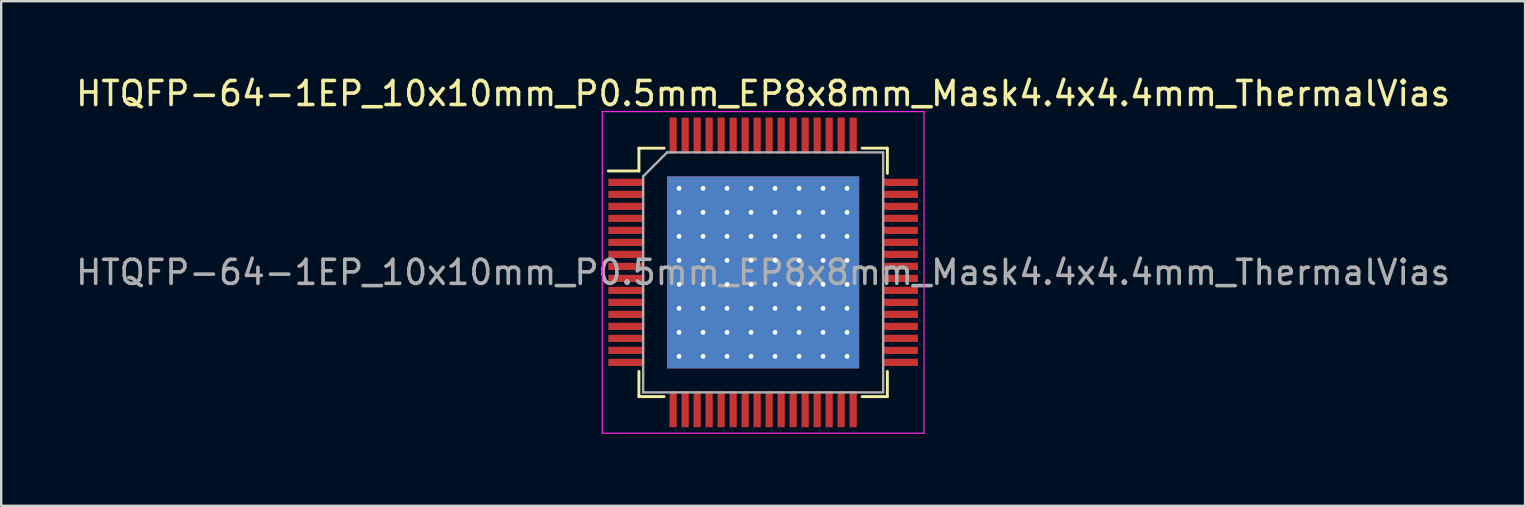
<source format=kicad_pcb>
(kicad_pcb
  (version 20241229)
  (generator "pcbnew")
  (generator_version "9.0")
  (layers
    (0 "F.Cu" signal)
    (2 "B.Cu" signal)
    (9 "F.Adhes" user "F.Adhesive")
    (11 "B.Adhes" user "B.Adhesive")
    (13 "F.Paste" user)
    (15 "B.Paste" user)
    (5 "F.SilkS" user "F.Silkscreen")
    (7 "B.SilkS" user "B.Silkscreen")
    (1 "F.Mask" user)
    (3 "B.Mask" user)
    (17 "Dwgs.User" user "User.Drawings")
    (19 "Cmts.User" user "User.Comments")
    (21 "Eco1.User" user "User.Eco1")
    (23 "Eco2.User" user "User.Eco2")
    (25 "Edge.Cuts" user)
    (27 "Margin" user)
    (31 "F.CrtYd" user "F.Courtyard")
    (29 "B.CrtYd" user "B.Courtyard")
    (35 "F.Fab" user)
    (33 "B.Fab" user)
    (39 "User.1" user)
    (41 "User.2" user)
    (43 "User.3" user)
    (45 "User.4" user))
  (footprint "HTQFP-64-1EP_10x10mm_P0.5mm_EP8x8mm_Mask4.4x4.4mm_ThermalVias"
    (layer "F.Cu")
    (at 28.744 8.298)
    (property "Reference" "HTQFP-64-1EP_10x10mm_P0.5mm_EP8x8mm_Mask4.4x4.4mm_ThermalVias" (at 0 -7.45 0) (layer "F.SilkS") (effects (font (size 1 1) (thickness 0.15))))
    (attr smd)
    (fp_line (start -5.175 -5.175) (end -5.175 -4.225) (stroke (width 0.12) (type solid)) (layer "F.SilkS"))
    (fp_line (start -5.175 -5.175) (end -4.125 -5.175) (stroke (width 0.12) (type solid)) (layer "F.SilkS"))
    (fp_line (start -5.175 -4.225) (end -6.45 -4.225) (stroke (width 0.12) (type solid)) (layer "F.SilkS"))
    (fp_line (start -5.175 5.175) (end -5.175 4.125) (stroke (width 0.12) (type solid)) (layer "F.SilkS"))
    (fp_line (start -5.175 5.175) (end -4.125 5.175) (stroke (width 0.12) (type solid)) (layer "F.SilkS"))
    (fp_line (start 5.175 -5.175) (end 4.125 -5.175) (stroke (width 0.12) (type solid)) (layer "F.SilkS"))
    (fp_line (start 5.175 -5.175) (end 5.175 -4.125) (stroke (width 0.12) (type solid)) (layer "F.SilkS"))
    (fp_line (start 5.175 5.175) (end 4.125 5.175) (stroke (width 0.12) (type solid)) (layer "F.SilkS"))
    (fp_line (start 5.175 5.175) (end 5.175 4.125) (stroke (width 0.12) (type solid)) (layer "F.SilkS"))
    (fp_line (start -6.7 -6.7) (end -6.7 6.7) (stroke (width 0.05) (type solid)) (layer "F.CrtYd"))
    (fp_line (start -6.7 -6.7) (end 6.7 -6.7) (stroke (width 0.05) (type solid)) (layer "F.CrtYd"))
    (fp_line (start -6.7 6.7) (end 6.7 6.7) (stroke (width 0.05) (type solid)) (layer "F.CrtYd"))
    (fp_line (start 6.7 -6.7) (end 6.7 6.7) (stroke (width 0.05) (type solid)) (layer "F.CrtYd"))
    (fp_line (start -5 -4) (end -4 -5) (stroke (width 0.1) (type solid)) (layer "F.Fab"))
    (fp_line (start -5 5) (end -5 -4) (stroke (width 0.1) (type solid)) (layer "F.Fab"))
    (fp_line (start -4 -5) (end 5 -5) (stroke (width 0.1) (type solid)) (layer "F.Fab"))
    (fp_line (start 5 -5) (end 5 5) (stroke (width 0.1) (type solid)) (layer "F.Fab"))
    (fp_line (start 5 5) (end -5 5) (stroke (width 0.1) (type solid)) (layer "F.Fab"))
    (fp_text user "${REFERENCE}" (at 0 0 0) (layer "F.Fab") (effects (font (size 1 1) (thickness 0.15))))
    (pad "" smd rect (at -1.1 -1.1 180) (size 1.75 1.75) (layers "F.Paste"))
    (pad "" smd rect (at -1.1 1.1 180) (size 1.75 1.75) (layers "F.Paste"))
    (pad "" smd rect (at 0 0 180) (size 4.4 4.4) (layers "F.Mask"))
    (pad "" smd rect (at 1.1 -1.1 180) (size 1.75 1.75) (layers "F.Paste"))
    (pad "" smd rect (at 1.1 1.1 180) (size 1.75 1.75) (layers "F.Paste"))
    (pad "1" smd rect (at -5.7 -3.75) (size 1.5 0.3) (layers "F.Cu" "F.Mask" "F.Paste"))
    (pad "2" smd rect (at -5.7 -3.25) (size 1.5 0.3) (layers "F.Cu" "F.Mask" "F.Paste"))
    (pad "3" smd rect (at -5.7 -2.75) (size 1.5 0.3) (layers "F.Cu" "F.Mask" "F.Paste"))
    (pad "4" smd rect (at -5.7 -2.25) (size 1.5 0.3) (layers "F.Cu" "F.Mask" "F.Paste"))
    (pad "5" smd rect (at -5.7 -1.75) (size 1.5 0.3) (layers "F.Cu" "F.Mask" "F.Paste"))
    (pad "6" smd rect (at -5.7 -1.25) (size 1.5 0.3) (layers "F.Cu" "F.Mask" "F.Paste"))
    (pad "7" smd rect (at -5.7 -0.75) (size 1.5 0.3) (layers "F.Cu" "F.Mask" "F.Paste"))
    (pad "8" smd rect (at -5.7 -0.25) (size 1.5 0.3) (layers "F.Cu" "F.Mask" "F.Paste"))
    (pad "9" smd rect (at -5.7 0.25) (size 1.5 0.3) (layers "F.Cu" "F.Mask" "F.Paste"))
    (pad "10" smd rect (at -5.7 0.75) (size 1.5 0.3) (layers "F.Cu" "F.Mask" "F.Paste"))
    (pad "11" smd rect (at -5.7 1.25) (size 1.5 0.3) (layers "F.Cu" "F.Mask" "F.Paste"))
    (pad "12" smd rect (at -5.7 1.75) (size 1.5 0.3) (layers "F.Cu" "F.Mask" "F.Paste"))
    (pad "13" smd rect (at -5.7 2.25) (size 1.5 0.3) (layers "F.Cu" "F.Mask" "F.Paste"))
    (pad "14" smd rect (at -5.7 2.75) (size 1.5 0.3) (layers "F.Cu" "F.Mask" "F.Paste"))
    (pad "15" smd rect (at -5.7 3.25) (size 1.5 0.3) (layers "F.Cu" "F.Mask" "F.Paste"))
    (pad "16" smd rect (at -5.7 3.75) (size 1.5 0.3) (layers "F.Cu" "F.Mask" "F.Paste"))
    (pad "17" smd rect (at -3.75 5.7 90) (size 1.5 0.3) (layers "F.Cu" "F.Mask" "F.Paste"))
    (pad "18" smd rect (at -3.25 5.7 90) (size 1.5 0.3) (layers "F.Cu" "F.Mask" "F.Paste"))
    (pad "19" smd rect (at -2.75 5.7 90) (size 1.5 0.3) (layers "F.Cu" "F.Mask" "F.Paste"))
    (pad "20" smd rect (at -2.25 5.7 90) (size 1.5 0.3) (layers "F.Cu" "F.Mask" "F.Paste"))
    (pad "21" smd rect (at -1.75 5.7 90) (size 1.5 0.3) (layers "F.Cu" "F.Mask" "F.Paste"))
    (pad "22" smd rect (at -1.25 5.7 90) (size 1.5 0.3) (layers "F.Cu" "F.Mask" "F.Paste"))
    (pad "23" smd rect (at -0.75 5.7 90) (size 1.5 0.3) (layers "F.Cu" "F.Mask" "F.Paste"))
    (pad "24" smd rect (at -0.25 5.7 90) (size 1.5 0.3) (layers "F.Cu" "F.Mask" "F.Paste"))
    (pad "25" smd rect (at 0.25 5.7 90) (size 1.5 0.3) (layers "F.Cu" "F.Mask" "F.Paste"))
    (pad "26" smd rect (at 0.75 5.7 90) (size 1.5 0.3) (layers "F.Cu" "F.Mask" "F.Paste"))
    (pad "27" smd rect (at 1.25 5.7 90) (size 1.5 0.3) (layers "F.Cu" "F.Mask" "F.Paste"))
    (pad "28" smd rect (at 1.75 5.7 90) (size 1.5 0.3) (layers "F.Cu" "F.Mask" "F.Paste"))
    (pad "29" smd rect (at 2.25 5.7 90) (size 1.5 0.3) (layers "F.Cu" "F.Mask" "F.Paste"))
    (pad "30" smd rect (at 2.75 5.7 90) (size 1.5 0.3) (layers "F.Cu" "F.Mask" "F.Paste"))
    (pad "31" smd rect (at 3.25 5.7 90) (size 1.5 0.3) (layers "F.Cu" "F.Mask" "F.Paste"))
    (pad "32" smd rect (at 3.75 5.7 90) (size 1.5 0.3) (layers "F.Cu" "F.Mask" "F.Paste"))
    (pad "33" smd rect (at 5.7 3.75) (size 1.5 0.3) (layers "F.Cu" "F.Mask" "F.Paste"))
    (pad "34" smd rect (at 5.7 3.25) (size 1.5 0.3) (layers "F.Cu" "F.Mask" "F.Paste"))
    (pad "35" smd rect (at 5.7 2.75) (size 1.5 0.3) (layers "F.Cu" "F.Mask" "F.Paste"))
    (pad "36" smd rect (at 5.7 2.25) (size 1.5 0.3) (layers "F.Cu" "F.Mask" "F.Paste"))
    (pad "37" smd rect (at 5.7 1.75) (size 1.5 0.3) (layers "F.Cu" "F.Mask" "F.Paste"))
    (pad "38" smd rect (at 5.7 1.25) (size 1.5 0.3) (layers "F.Cu" "F.Mask" "F.Paste"))
    (pad "39" smd rect (at 5.7 0.75) (size 1.5 0.3) (layers "F.Cu" "F.Mask" "F.Paste"))
    (pad "40" smd rect (at 5.7 0.25) (size 1.5 0.3) (layers "F.Cu" "F.Mask" "F.Paste"))
    (pad "41" smd rect (at 5.7 -0.25) (size 1.5 0.3) (layers "F.Cu" "F.Mask" "F.Paste"))
    (pad "42" smd rect (at 5.7 -0.75) (size 1.5 0.3) (layers "F.Cu" "F.Mask" "F.Paste"))
    (pad "43" smd rect (at 5.7 -1.25) (size 1.5 0.3) (layers "F.Cu" "F.Mask" "F.Paste"))
    (pad "44" smd rect (at 5.7 -1.75) (size 1.5 0.3) (layers "F.Cu" "F.Mask" "F.Paste"))
    (pad "45" smd rect (at 5.7 -2.25) (size 1.5 0.3) (layers "F.Cu" "F.Mask" "F.Paste"))
    (pad "46" smd rect (at 5.7 -2.75) (size 1.5 0.3) (layers "F.Cu" "F.Mask" "F.Paste"))
    (pad "47" smd rect (at 5.7 -3.25) (size 1.5 0.3) (layers "F.Cu" "F.Mask" "F.Paste"))
    (pad "48" smd rect (at 5.7 -3.75) (size 1.5 0.3) (layers "F.Cu" "F.Mask" "F.Paste"))
    (pad "49" smd rect (at 3.75 -5.7 90) (size 1.5 0.3) (layers "F.Cu" "F.Mask" "F.Paste"))
    (pad "50" smd rect (at 3.25 -5.7 90) (size 1.5 0.3) (layers "F.Cu" "F.Mask" "F.Paste"))
    (pad "51" smd rect (at 2.75 -5.7 90) (size 1.5 0.3) (layers "F.Cu" "F.Mask" "F.Paste"))
    (pad "52" smd rect (at 2.25 -5.7 90) (size 1.5 0.3) (layers "F.Cu" "F.Mask" "F.Paste"))
    (pad "53" smd rect (at 1.75 -5.7 90) (size 1.5 0.3) (layers "F.Cu" "F.Mask" "F.Paste"))
    (pad "54" smd rect (at 1.25 -5.7 90) (size 1.5 0.3) (layers "F.Cu" "F.Mask" "F.Paste"))
    (pad "55" smd rect (at 0.75 -5.7 90) (size 1.5 0.3) (layers "F.Cu" "F.Mask" "F.Paste"))
    (pad "56" smd rect (at 0.25 -5.7 90) (size 1.5 0.3) (layers "F.Cu" "F.Mask" "F.Paste"))
    (pad "57" smd rect (at -0.25 -5.7 90) (size 1.5 0.3) (layers "F.Cu" "F.Mask" "F.Paste"))
    (pad "58" smd rect (at -0.75 -5.7 90) (size 1.5 0.3) (layers "F.Cu" "F.Mask" "F.Paste"))
    (pad "59" smd rect (at -1.25 -5.7 90) (size 1.5 0.3) (layers "F.Cu" "F.Mask" "F.Paste"))
    (pad "60" smd rect (at -1.75 -5.7 90) (size 1.5 0.3) (layers "F.Cu" "F.Mask" "F.Paste"))
    (pad "61" smd rect (at -2.25 -5.7 90) (size 1.5 0.3) (layers "F.Cu" "F.Mask" "F.Paste"))
    (pad "62" smd rect (at -2.75 -5.7 90) (size 1.5 0.3) (layers "F.Cu" "F.Mask" "F.Paste"))
    (pad "63" smd rect (at -3.25 -5.7 90) (size 1.5 0.3) (layers "F.Cu" "F.Mask" "F.Paste"))
    (pad "64" smd rect (at -3.75 -5.7 90) (size 1.5 0.3) (layers "F.Cu" "F.Mask" "F.Paste"))
    (pad "65" thru_hole circle (at -3.5 -3.5 90) (size 0.5 0.5) (drill 0.2) (layers "*.Cu"))
    (pad "65" thru_hole circle (at -3.5 -2.5 90) (size 0.5 0.5) (drill 0.2) (layers "*.Cu"))
    (pad "65" thru_hole circle (at -3.5 -1.5 90) (size 0.5 0.5) (drill 0.2) (layers "*.Cu"))
    (pad "65" thru_hole circle (at -3.5 -0.5 90) (size 0.5 0.5) (drill 0.2) (layers "*.Cu"))
    (pad "65" thru_hole circle (at -3.5 0.5 90) (size 0.5 0.5) (drill 0.2) (layers "*.Cu"))
    (pad "65" thru_hole circle (at -3.5 1.5 90) (size 0.5 0.5) (drill 0.2) (layers "*.Cu"))
    (pad "65" thru_hole circle (at -3.5 2.5 90) (size 0.5 0.5) (drill 0.2) (layers "*.Cu"))
    (pad "65" thru_hole circle (at -3.5 3.5 90) (size 0.5 0.5) (drill 0.2) (layers "*.Cu"))
    (pad "65" thru_hole circle (at -2.5 -3.5 90) (size 0.5 0.5) (drill 0.2) (layers "*.Cu"))
    (pad "65" thru_hole circle (at -2.5 -2.5 90) (size 0.5 0.5) (drill 0.2) (layers "*.Cu"))
    (pad "65" thru_hole circle (at -2.5 -1.5 90) (size 0.5 0.5) (drill 0.2) (layers "*.Cu"))
    (pad "65" thru_hole circle (at -2.5 -0.5 90) (size 0.5 0.5) (drill 0.2) (layers "*.Cu"))
    (pad "65" thru_hole circle (at -2.5 0.5 90) (size 0.5 0.5) (drill 0.2) (layers "*.Cu"))
    (pad "65" thru_hole circle (at -2.5 1.5 90) (size 0.5 0.5) (drill 0.2) (layers "*.Cu"))
    (pad "65" thru_hole circle (at -2.5 2.5 90) (size 0.5 0.5) (drill 0.2) (layers "*.Cu"))
    (pad "65" thru_hole circle (at -2.5 3.5 90) (size 0.5 0.5) (drill 0.2) (layers "*.Cu"))
    (pad "65" thru_hole circle (at -1.5 -3.5 90) (size 0.5 0.5) (drill 0.2) (layers "*.Cu"))
    (pad "65" thru_hole circle (at -1.5 -2.5 90) (size 0.5 0.5) (drill 0.2) (layers "*.Cu"))
    (pad "65" thru_hole circle (at -1.5 -1.5 90) (size 0.5 0.5) (drill 0.2) (layers "*.Cu"))
    (pad "65" thru_hole circle (at -1.5 -0.5 90) (size 0.5 0.5) (drill 0.2) (layers "*.Cu"))
    (pad "65" thru_hole circle (at -1.5 0.5 90) (size 0.5 0.5) (drill 0.2) (layers "*.Cu"))
    (pad "65" thru_hole circle (at -1.5 1.5 90) (size 0.5 0.5) (drill 0.2) (layers "*.Cu"))
    (pad "65" thru_hole circle (at -1.5 2.5 90) (size 0.5 0.5) (drill 0.2) (layers "*.Cu"))
    (pad "65" thru_hole circle (at -1.5 3.5 90) (size 0.5 0.5) (drill 0.2) (layers "*.Cu"))
    (pad "65" thru_hole circle (at -0.5 -3.5 90) (size 0.5 0.5) (drill 0.2) (layers "*.Cu"))
    (pad "65" thru_hole circle (at -0.5 -2.5 90) (size 0.5 0.5) (drill 0.2) (layers "*.Cu"))
    (pad "65" thru_hole circle (at -0.5 -1.5 90) (size 0.5 0.5) (drill 0.2) (layers "*.Cu"))
    (pad "65" thru_hole circle (at -0.5 -0.5 90) (size 0.5 0.5) (drill 0.2) (layers "*.Cu"))
    (pad "65" thru_hole circle (at -0.5 0.5 90) (size 0.5 0.5) (drill 0.2) (layers "*.Cu"))
    (pad "65" thru_hole circle (at -0.5 1.5 90) (size 0.5 0.5) (drill 0.2) (layers "*.Cu"))
    (pad "65" thru_hole circle (at -0.5 2.5 90) (size 0.5 0.5) (drill 0.2) (layers "*.Cu"))
    (pad "65" thru_hole circle (at -0.5 3.5 90) (size 0.5 0.5) (drill 0.2) (layers "*.Cu"))
    (pad "65" smd rect (at 0 0 180) (size 8 8) (layers "F.Cu"))
    (pad "65" smd rect (at 0 0 180) (size 8 8) (layers "B.Cu"))
    (pad "65" thru_hole circle (at 0.5 -3.5 90) (size 0.5 0.5) (drill 0.2) (layers "*.Cu"))
    (pad "65" thru_hole circle (at 0.5 -2.5 90) (size 0.5 0.5) (drill 0.2) (layers "*.Cu"))
    (pad "65" thru_hole circle (at 0.5 -1.5 90) (size 0.5 0.5) (drill 0.2) (layers "*.Cu"))
    (pad "65" thru_hole circle (at 0.5 -0.5 90) (size 0.5 0.5) (drill 0.2) (layers "*.Cu"))
    (pad "65" thru_hole circle (at 0.5 0.5 90) (size 0.5 0.5) (drill 0.2) (layers "*.Cu"))
    (pad "65" thru_hole circle (at 0.5 1.5 90) (size 0.5 0.5) (drill 0.2) (layers "*.Cu"))
    (pad "65" thru_hole circle (at 0.5 2.5 90) (size 0.5 0.5) (drill 0.2) (layers "*.Cu"))
    (pad "65" thru_hole circle (at 0.5 3.5 90) (size 0.5 0.5) (drill 0.2) (layers "*.Cu"))
    (pad "65" thru_hole circle (at 1.5 -3.5 90) (size 0.5 0.5) (drill 0.2) (layers "*.Cu"))
    (pad "65" thru_hole circle (at 1.5 -2.5 90) (size 0.5 0.5) (drill 0.2) (layers "*.Cu"))
    (pad "65" thru_hole circle (at 1.5 -1.5 90) (size 0.5 0.5) (drill 0.2) (layers "*.Cu"))
    (pad "65" thru_hole circle (at 1.5 -0.5 90) (size 0.5 0.5) (drill 0.2) (layers "*.Cu"))
    (pad "65" thru_hole circle (at 1.5 0.5 90) (size 0.5 0.5) (drill 0.2) (layers "*.Cu"))
    (pad "65" thru_hole circle (at 1.5 1.5 90) (size 0.5 0.5) (drill 0.2) (layers "*.Cu"))
    (pad "65" thru_hole circle (at 1.5 2.5 90) (size 0.5 0.5) (drill 0.2) (layers "*.Cu"))
    (pad "65" thru_hole circle (at 1.5 3.5 90) (size 0.5 0.5) (drill 0.2) (layers "*.Cu"))
    (pad "65" thru_hole circle (at 2.5 -3.5 90) (size 0.5 0.5) (drill 0.2) (layers "*.Cu"))
    (pad "65" thru_hole circle (at 2.5 -2.5 90) (size 0.5 0.5) (drill 0.2) (layers "*.Cu"))
    (pad "65" thru_hole circle (at 2.5 -1.5 90) (size 0.5 0.5) (drill 0.2) (layers "*.Cu"))
    (pad "65" thru_hole circle (at 2.5 -0.5 90) (size 0.5 0.5) (drill 0.2) (layers "*.Cu"))
    (pad "65" thru_hole circle (at 2.5 0.5 90) (size 0.5 0.5) (drill 0.2) (layers "*.Cu"))
    (pad "65" thru_hole circle (at 2.5 1.5 90) (size 0.5 0.5) (drill 0.2) (layers "*.Cu"))
    (pad "65" thru_hole circle (at 2.5 2.5 90) (size 0.5 0.5) (drill 0.2) (layers "*.Cu"))
    (pad "65" thru_hole circle (at 2.5 3.5 90) (size 0.5 0.5) (drill 0.2) (layers "*.Cu"))
    (pad "65" thru_hole circle (at 3.5 -3.5 90) (size 0.5 0.5) (drill 0.2) (layers "*.Cu"))
    (pad "65" thru_hole circle (at 3.5 -2.5 90) (size 0.5 0.5) (drill 0.2) (layers "*.Cu"))
    (pad "65" thru_hole circle (at 3.5 -1.5 90) (size 0.5 0.5) (drill 0.2) (layers "*.Cu"))
    (pad "65" thru_hole circle (at 3.5 -0.5 90) (size 0.5 0.5) (drill 0.2) (layers "*.Cu"))
    (pad "65" thru_hole circle (at 3.5 0.5 90) (size 0.5 0.5) (drill 0.2) (layers "*.Cu"))
    (pad "65" thru_hole circle (at 3.5 1.5 90) (size 0.5 0.5) (drill 0.2) (layers "*.Cu"))
    (pad "65" thru_hole circle (at 3.5 2.5 90) (size 0.5 0.5) (drill 0.2) (layers "*.Cu"))
    (pad "65" thru_hole circle (at 3.5 3.5 90) (size 0.5 0.5) (drill 0.2) (layers "*.Cu")))
  (gr_rect
    (start -3 -3)
    (end 60.488 18.023)
    (stroke (width 0.1) (type default))
    (fill no)
    (layer "Edge.Cuts")))
</source>
